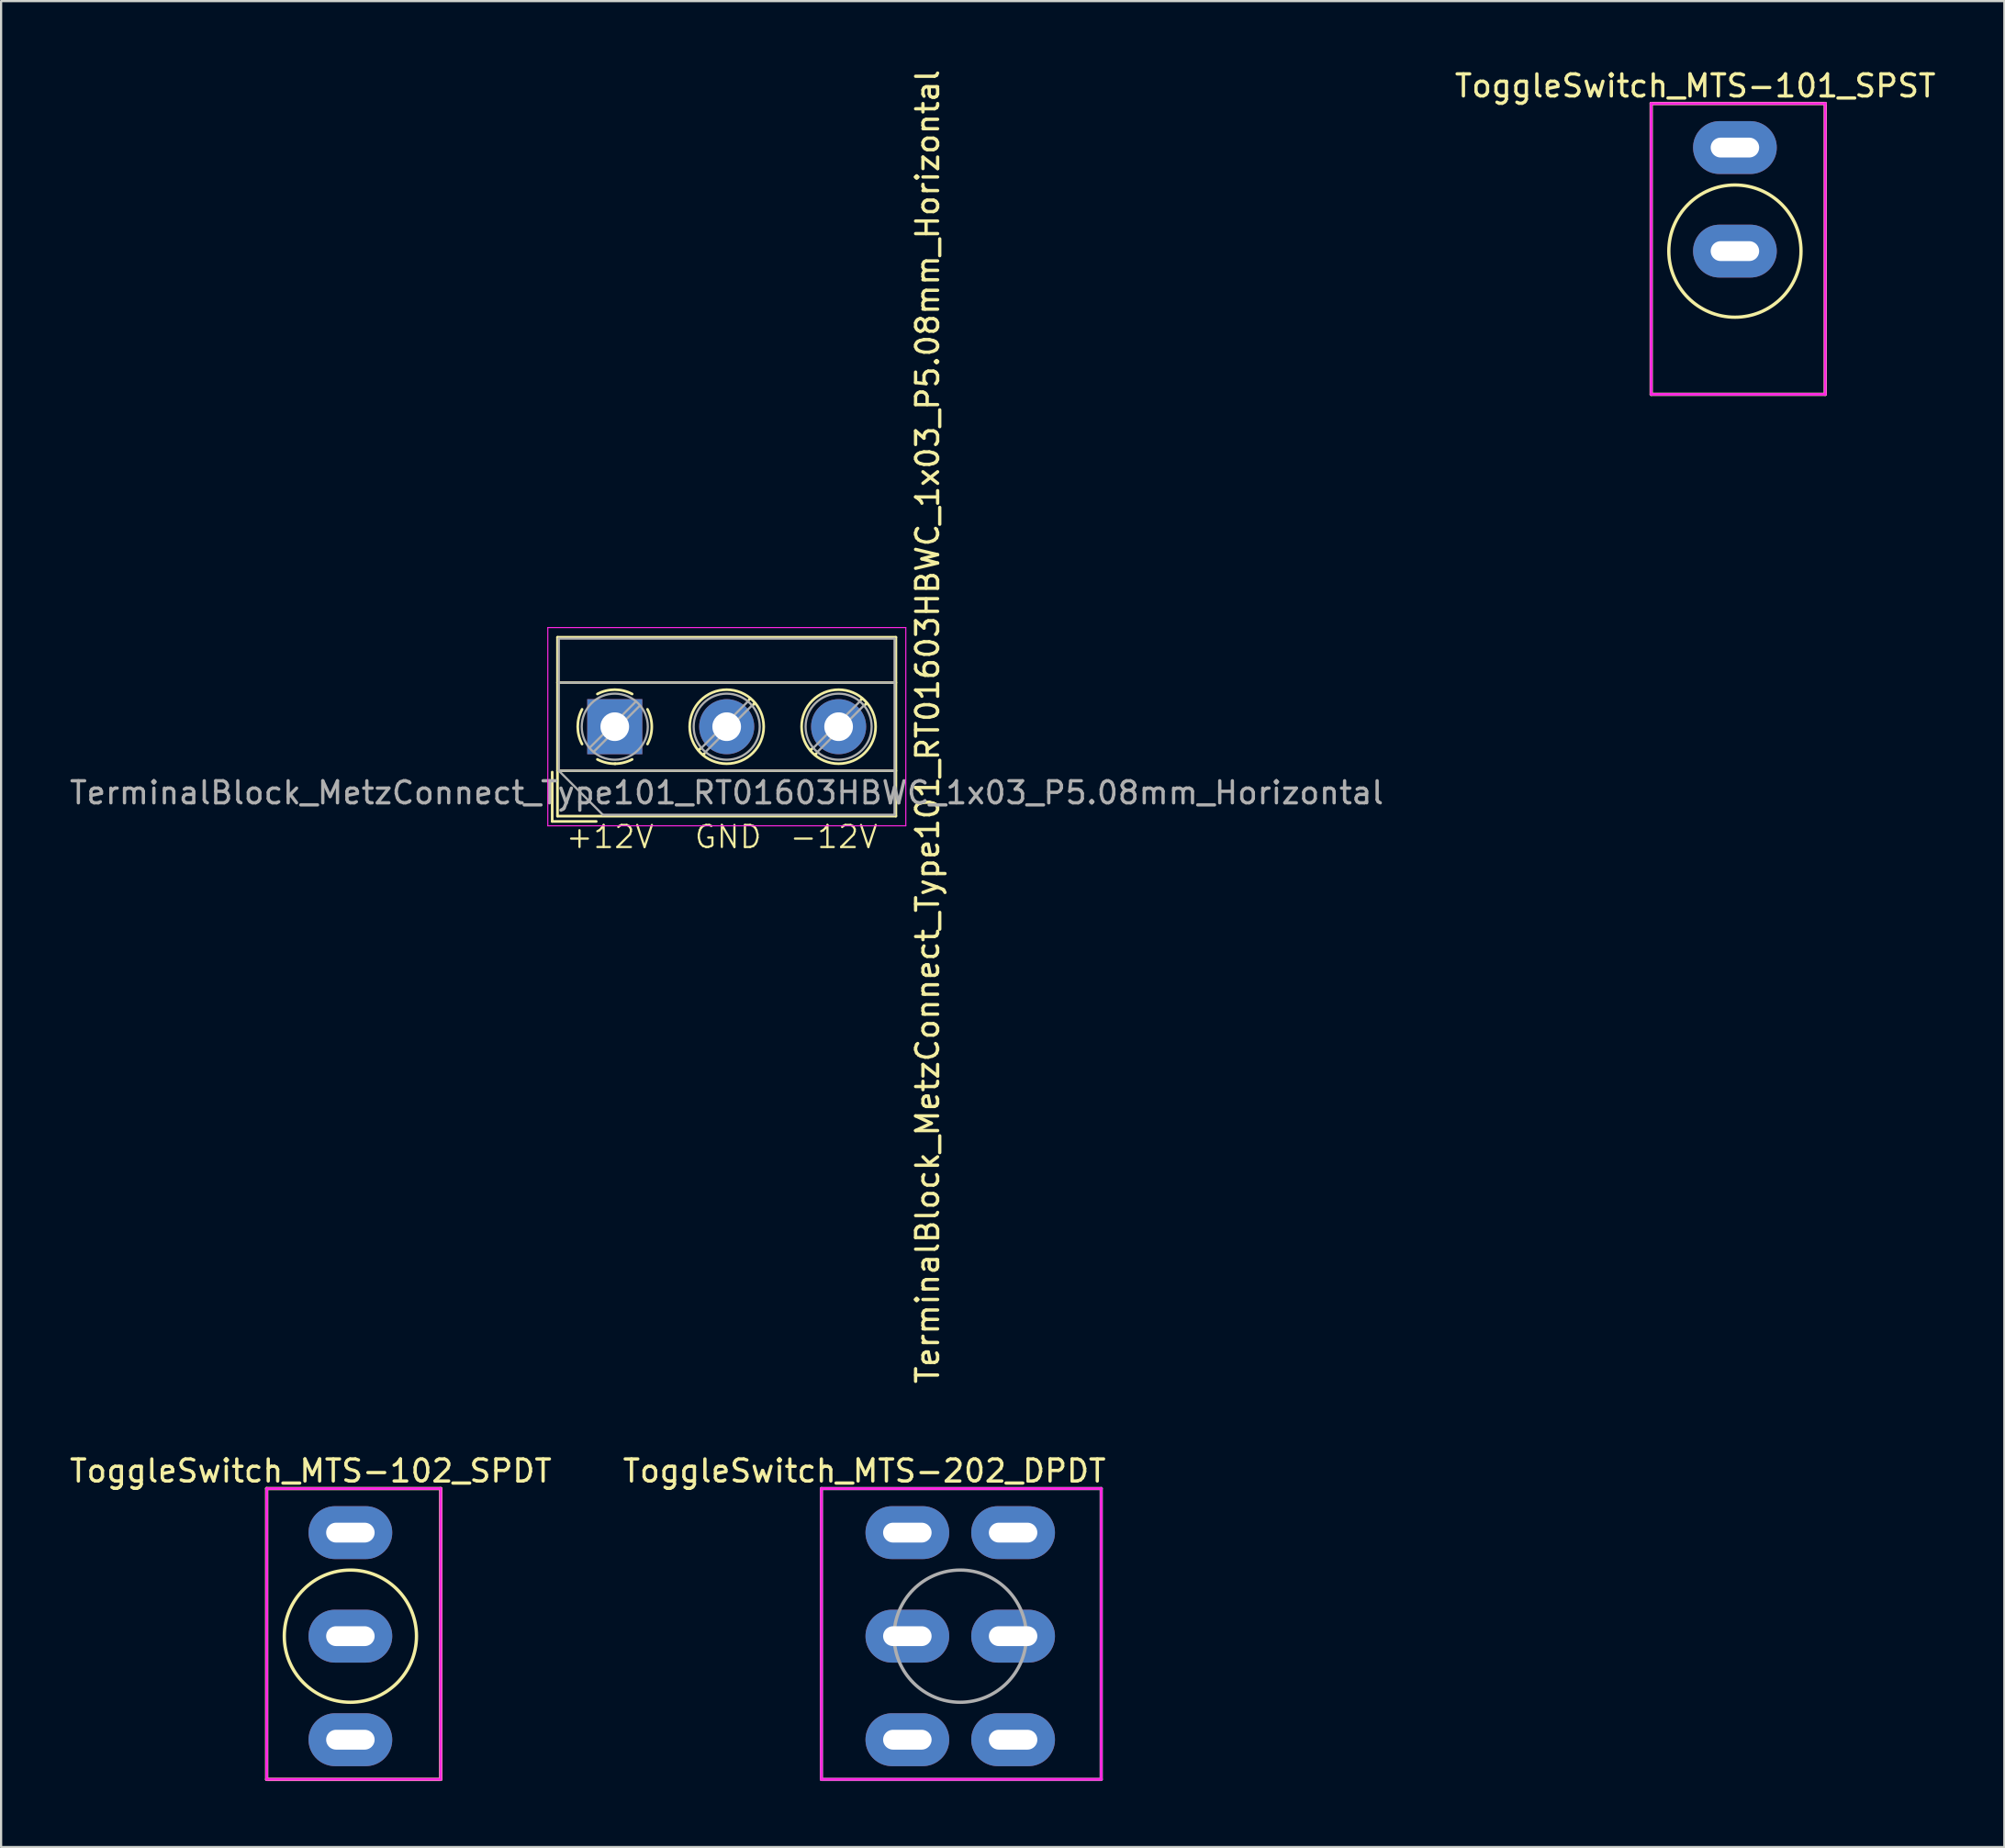
<source format=kicad_pcb>
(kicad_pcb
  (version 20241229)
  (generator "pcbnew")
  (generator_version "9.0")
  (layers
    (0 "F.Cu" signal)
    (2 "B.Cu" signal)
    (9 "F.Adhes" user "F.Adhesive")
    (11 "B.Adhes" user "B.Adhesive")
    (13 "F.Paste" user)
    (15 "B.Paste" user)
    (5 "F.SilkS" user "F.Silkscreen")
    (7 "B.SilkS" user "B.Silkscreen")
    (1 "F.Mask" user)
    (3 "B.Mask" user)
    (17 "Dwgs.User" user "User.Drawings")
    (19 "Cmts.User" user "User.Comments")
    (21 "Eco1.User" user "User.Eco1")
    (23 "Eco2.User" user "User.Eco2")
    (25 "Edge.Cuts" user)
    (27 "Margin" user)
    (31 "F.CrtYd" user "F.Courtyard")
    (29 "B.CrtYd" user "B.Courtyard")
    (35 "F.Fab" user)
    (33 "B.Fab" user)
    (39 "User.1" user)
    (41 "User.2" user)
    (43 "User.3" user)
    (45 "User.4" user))
  (footprint "TerminalBlock_MetzConnect_Type101_RT01603HBWC_1x03_P5.08mm_Horizontal"
    (layer "F.Cu")
    (at 24.855 29.935)
    (property "Reference" "TerminalBlock_MetzConnect_Type101_RT01603HBWC_1x03_P5.08mm_Horizontal" (at 14.2 0 90) (layer "F.SilkS") (effects (font (size 1 1) (thickness 0.15))))
    (attr through_hole)
    (fp_line (start -2.84 2.06) (end -2.84 4.3) (stroke (width 0.12) (type solid)) (layer "F.SilkS"))
    (fp_line (start -2.84 4.3) (end -0.84 4.3) (stroke (width 0.12) (type solid)) (layer "F.SilkS"))
    (fp_line (start -2.6 -4.06) (end -2.6 4.06) (stroke (width 0.12) (type solid)) (layer "F.SilkS"))
    (fp_line (start -2.6 -4.06) (end 12.76 -4.06) (stroke (width 0.12) (type solid)) (layer "F.SilkS"))
    (fp_line (start -2.6 -2) (end 12.76 -2) (stroke (width 0.12) (type solid)) (layer "F.SilkS"))
    (fp_line (start -2.6 2) (end 12.76 2) (stroke (width 0.12) (type solid)) (layer "F.SilkS"))
    (fp_line (start -2.6 4.06) (end 12.76 4.06) (stroke (width 0.12) (type solid)) (layer "F.SilkS"))
    (fp_line (start 3.9 0.976) (end 3.806 1.069) (stroke (width 0.12) (type solid)) (layer "F.SilkS"))
    (fp_line (start 4.07 1.216) (end 4.011 1.274) (stroke (width 0.12) (type solid)) (layer "F.SilkS"))
    (fp_line (start 6.15 -1.275) (end 6.091 -1.216) (stroke (width 0.12) (type solid)) (layer "F.SilkS"))
    (fp_line (start 6.355 -1.069) (end 6.261 -0.976) (stroke (width 0.12) (type solid)) (layer "F.SilkS"))
    (fp_line (start 8.98 0.976) (end 8.886 1.069) (stroke (width 0.12) (type solid)) (layer "F.SilkS"))
    (fp_line (start 9.15 1.216) (end 9.091 1.274) (stroke (width 0.12) (type solid)) (layer "F.SilkS"))
    (fp_line (start 11.23 -1.275) (end 11.171 -1.216) (stroke (width 0.12) (type solid)) (layer "F.SilkS"))
    (fp_line (start 11.435 -1.069) (end 11.341 -0.976) (stroke (width 0.12) (type solid)) (layer "F.SilkS"))
    (fp_line (start 12.76 -4.06) (end 12.76 4.06) (stroke (width 0.12) (type solid)) (layer "F.SilkS"))
    (fp_arc (start -1.483953 0.789089) (mid -1.680708 0.00005) (end -1.484 -0.789) (stroke (width 0.12) (type solid)) (layer "F.SilkS"))
    (fp_arc (start -0.789089 -1.483953) (mid -0.00005 -1.680708) (end 0.789 -1.484) (stroke (width 0.12) (type solid)) (layer "F.SilkS"))
    (fp_arc (start 0.029383 1.68045) (mid -0.392304 1.634281) (end -0.789 1.484) (stroke (width 0.12) (type solid)) (layer "F.SilkS"))
    (fp_arc (start 0.788712 1.483352) (mid 0.406429 1.630097) (end 0 1.68) (stroke (width 0.12) (type solid)) (layer "F.SilkS"))
    (fp_arc (start 1.483953 -0.789089) (mid 1.680708 -0.00005) (end 1.484 0.789) (stroke (width 0.12) (type solid)) (layer "F.SilkS"))
    (fp_circle (center 5.08 0) (end 6.76 0) (stroke (width 0.12) (type solid)) (fill no) (layer "F.SilkS"))
    (fp_circle (center 10.16 0) (end 11.84 0) (stroke (width 0.12) (type solid)) (fill no) (layer "F.SilkS"))
    (fp_line (start -3.04 -4.5) (end -3.04 4.5) (stroke (width 0.05) (type solid)) (layer "F.CrtYd"))
    (fp_line (start -3.04 4.5) (end 13.21 4.5) (stroke (width 0.05) (type solid)) (layer "F.CrtYd"))
    (fp_line (start 13.21 -4.5) (end -3.04 -4.5) (stroke (width 0.05) (type solid)) (layer "F.CrtYd"))
    (fp_line (start 13.21 4.5) (end 13.21 -4.5) (stroke (width 0.05) (type solid)) (layer "F.CrtYd"))
    (fp_line (start -2.54 -4) (end 12.7 -4) (stroke (width 0.1) (type solid)) (layer "F.Fab"))
    (fp_line (start -2.54 -2) (end 12.7 -2) (stroke (width 0.1) (type solid)) (layer "F.Fab"))
    (fp_line (start -2.54 2) (end -2.54 -4) (stroke (width 0.1) (type solid)) (layer "F.Fab"))
    (fp_line (start -2.54 2) (end 12.7 2) (stroke (width 0.1) (type solid)) (layer "F.Fab"))
    (fp_line (start -0.54 4) (end -2.54 2) (stroke (width 0.1) (type solid)) (layer "F.Fab"))
    (fp_line (start 0.955 -1.138) (end -1.138 0.955) (stroke (width 0.1) (type solid)) (layer "F.Fab"))
    (fp_line (start 1.138 -0.955) (end -0.955 1.138) (stroke (width 0.1) (type solid)) (layer "F.Fab"))
    (fp_line (start 6.035 -1.138) (end 3.943 0.955) (stroke (width 0.1) (type solid)) (layer "F.Fab"))
    (fp_line (start 6.218 -0.955) (end 4.126 1.138) (stroke (width 0.1) (type solid)) (layer "F.Fab"))
    (fp_line (start 11.115 -1.138) (end 9.023 0.955) (stroke (width 0.1) (type solid)) (layer "F.Fab"))
    (fp_line (start 11.298 -0.955) (end 9.206 1.138) (stroke (width 0.1) (type solid)) (layer "F.Fab"))
    (fp_line (start 12.7 -4) (end 12.7 4) (stroke (width 0.1) (type solid)) (layer "F.Fab"))
    (fp_line (start 12.7 4) (end -0.54 4) (stroke (width 0.1) (type solid)) (layer "F.Fab"))
    (fp_circle (center 0 0) (end 1.5 0) (stroke (width 0.1) (type solid)) (fill no) (layer "F.Fab"))
    (fp_circle (center 5.08 0) (end 6.58 0) (stroke (width 0.1) (type solid)) (fill no) (layer "F.Fab"))
    (fp_circle (center 10.16 0) (end 11.66 0) (stroke (width 0.1) (type solid)) (fill no) (layer "F.Fab"))
    (fp_text user "-12V" (at 7.874 5.588 0) (unlocked yes) (layer "F.SilkS") (effects (font (size 1 1) (thickness 0.1)) (justify left bottom)))
    (fp_text user "+12V" (at -2.286 5.588 0) (unlocked yes) (layer "F.SilkS") (effects (font (size 1 1) (thickness 0.1)) (justify left bottom)))
    (fp_text user "GND" (at 3.556 5.588 0) (unlocked yes) (layer "F.SilkS") (effects (font (size 1 1) (thickness 0.1)) (justify left bottom)))
    (fp_text user "${REFERENCE}" (at 5.08 3 0) (layer "F.Fab") (effects (font (size 1 1) (thickness 0.15))))
    (pad "1" thru_hole rect (at 0 0) (size 2.5 2.5) (drill 1.3) (layers "*.Cu" "*.Mask"))
    (pad "2" thru_hole circle (at 5.08 0) (size 2.5 2.5) (drill 1.3) (layers "*.Cu" "*.Mask"))
    (pad "3" thru_hole circle (at 10.16 0) (size 2.5 2.5) (drill 1.3) (layers "*.Cu" "*.Mask")))
  (footprint "ToggleSwitch_MTS-202_DPDT"
    (layer "F.Cu")
    (at 40.535 71.217)
    (property "Reference" "ToggleSwitch_MTS-202_DPDT" (at -4.35 -7.5 0) (layer "F.SilkS") (effects (font (size 1 1) (thickness 0.15))))
    (attr through_hole)
    (fp_line (start -6.3 -6.7) (end -6.3 6.5) (stroke (width 0.12) (type solid)) (layer "F.CrtYd"))
    (fp_line (start 6.4 -6.7) (end -6.3 -6.7) (stroke (width 0.12) (type solid)) (layer "F.CrtYd"))
    (fp_line (start 6.4 -6.7) (end 6.4 6.5) (stroke (width 0.12) (type solid)) (layer "F.CrtYd"))
    (fp_line (start 6.4 6.5) (end -6.3 6.5) (stroke (width 0.12) (type solid)) (layer "F.CrtYd"))
    (fp_line (start -6.3 -6.7) (end 6.4 -6.7) (stroke (width 0.15) (type solid)) (layer "F.Fab"))
    (fp_line (start -6.3 6.5) (end -6.3 -6.7) (stroke (width 0.15) (type solid)) (layer "F.Fab"))
    (fp_line (start 6.4 -6.7) (end 6.4 6.5) (stroke (width 0.15) (type solid)) (layer "F.Fab"))
    (fp_line (start 6.4 6.5) (end -6.3 6.5) (stroke (width 0.15) (type solid)) (layer "F.Fab"))
    (fp_circle (center -0.000416 0) (end 3 0) (stroke (width 0.15) (type solid)) (fill no) (layer "F.Fab"))
    (pad "1" thru_hole oval (at -2.4 -4.7) (size 3.8 2.4) (drill oval 2.2 0.9) (layers "*.Cu" "*.Mask"))
    (pad "2" thru_hole oval (at -2.4 0) (size 3.8 2.4) (drill oval 2.2 0.9) (layers "*.Cu" "*.Mask"))
    (pad "3" thru_hole oval (at -2.4 4.7) (size 3.8 2.4) (drill oval 2.2 0.9) (layers "*.Cu" "*.Mask"))
    (pad "4" thru_hole oval (at 2.4 -4.7) (size 3.8 2.4) (drill oval 2.2 0.9) (layers "*.Cu" "*.Mask"))
    (pad "5" thru_hole oval (at 2.4 0) (size 3.8 2.4) (drill oval 2.2 0.9) (layers "*.Cu" "*.Mask"))
    (pad "6" thru_hole oval (at 2.4 4.7) (size 3.8 2.4) (drill oval 2.2 0.9) (layers "*.Cu" "*.Mask")))
  (footprint "ToggleSwitch_MTS-102_SPDT"
    (layer "F.Cu")
    (at 12.854 71.217)
    (property "Reference" "ToggleSwitch_MTS-102_SPDT" (at -1.8 -7.5 0) (layer "F.SilkS") (effects (font (size 1 1) (thickness 0.15))))
    (attr through_hole)
    (fp_line (start -3.8 -6.7) (end 4.1 -6.7) (stroke (width 0.15) (type solid)) (layer "F.SilkS"))
    (fp_line (start -3.8 6.5) (end -3.8 -6.7) (stroke (width 0.15) (type solid)) (layer "F.SilkS"))
    (fp_line (start 4.1 -6.7) (end 4.1 6.5) (stroke (width 0.15) (type solid)) (layer "F.SilkS"))
    (fp_line (start 4.1 6.5) (end -3.8 6.5) (stroke (width 0.15) (type solid)) (layer "F.SilkS"))
    (fp_circle (center 0 0) (end 3 0.05) (stroke (width 0.15) (type solid)) (fill no) (layer "F.SilkS"))
    (fp_line (start -3.8 -6.7) (end -3.8 6.5) (stroke (width 0.12) (type solid)) (layer "F.CrtYd"))
    (fp_line (start 4.1 -6.7) (end -3.8 -6.7) (stroke (width 0.12) (type solid)) (layer "F.CrtYd"))
    (fp_line (start 4.1 -6.7) (end 4.1 6.5) (stroke (width 0.12) (type solid)) (layer "F.CrtYd"))
    (fp_line (start 4.1 6.5) (end -3.8 6.5) (stroke (width 0.12) (type solid)) (layer "F.CrtYd"))
    (pad "1" thru_hole oval (at 0 -4.7) (size 3.8 2.4) (drill oval 2.2 0.9) (layers "*.Cu" "*.Mask"))
    (pad "2" thru_hole oval (at 0 0) (size 3.8 2.4) (drill oval 2.2 0.9) (layers "*.Cu" "*.Mask"))
    (pad "3" thru_hole oval (at 0 4.7) (size 3.8 2.4) (drill oval 2.2 0.9) (layers "*.Cu" "*.Mask")))
  (footprint "ToggleSwitch_MTS-101_SPST"
    (layer "F.Cu")
    (at 75.699 8.348)
    (property "Reference" "ToggleSwitch_MTS-101_SPST" (at -1.8 -7.5 0) (layer "F.SilkS") (effects (font (size 1 1) (thickness 0.15))))
    (attr through_hole)
    (fp_line (start -3.8 -6.7) (end 4.1 -6.7) (stroke (width 0.15) (type solid)) (layer "F.SilkS"))
    (fp_line (start -3.8 6.5) (end -3.8 -6.7) (stroke (width 0.15) (type solid)) (layer "F.SilkS"))
    (fp_line (start 4.1 -6.7) (end 4.1 6.5) (stroke (width 0.15) (type solid)) (layer "F.SilkS"))
    (fp_line (start 4.1 6.5) (end -3.8 6.5) (stroke (width 0.15) (type solid)) (layer "F.SilkS"))
    (fp_circle (center 0 0) (end 3 0.05) (stroke (width 0.15) (type solid)) (fill no) (layer "F.SilkS"))
    (fp_line (start -3.8 -6.7) (end -3.8 6.5) (stroke (width 0.12) (type solid)) (layer "F.CrtYd"))
    (fp_line (start 4.1 -6.7) (end -3.8 -6.7) (stroke (width 0.12) (type solid)) (layer "F.CrtYd"))
    (fp_line (start 4.1 -6.7) (end 4.1 6.5) (stroke (width 0.12) (type solid)) (layer "F.CrtYd"))
    (fp_line (start 4.1 6.5) (end -3.8 6.5) (stroke (width 0.12) (type solid)) (layer "F.CrtYd"))
    (pad "1" thru_hole oval (at 0 -4.7) (size 3.8 2.4) (drill oval 2.2 0.9) (layers "*.Cu" "*.Mask"))
    (pad "2" thru_hole oval (at 0 0) (size 3.8 2.4) (drill oval 2.2 0.9) (layers "*.Cu" "*.Mask")))
  (gr_rect
    (start -3 -3)
    (end 87.929 80.792)
    (stroke (width 0.1) (type default))
    (fill no)
    (layer "Edge.Cuts")))
</source>
